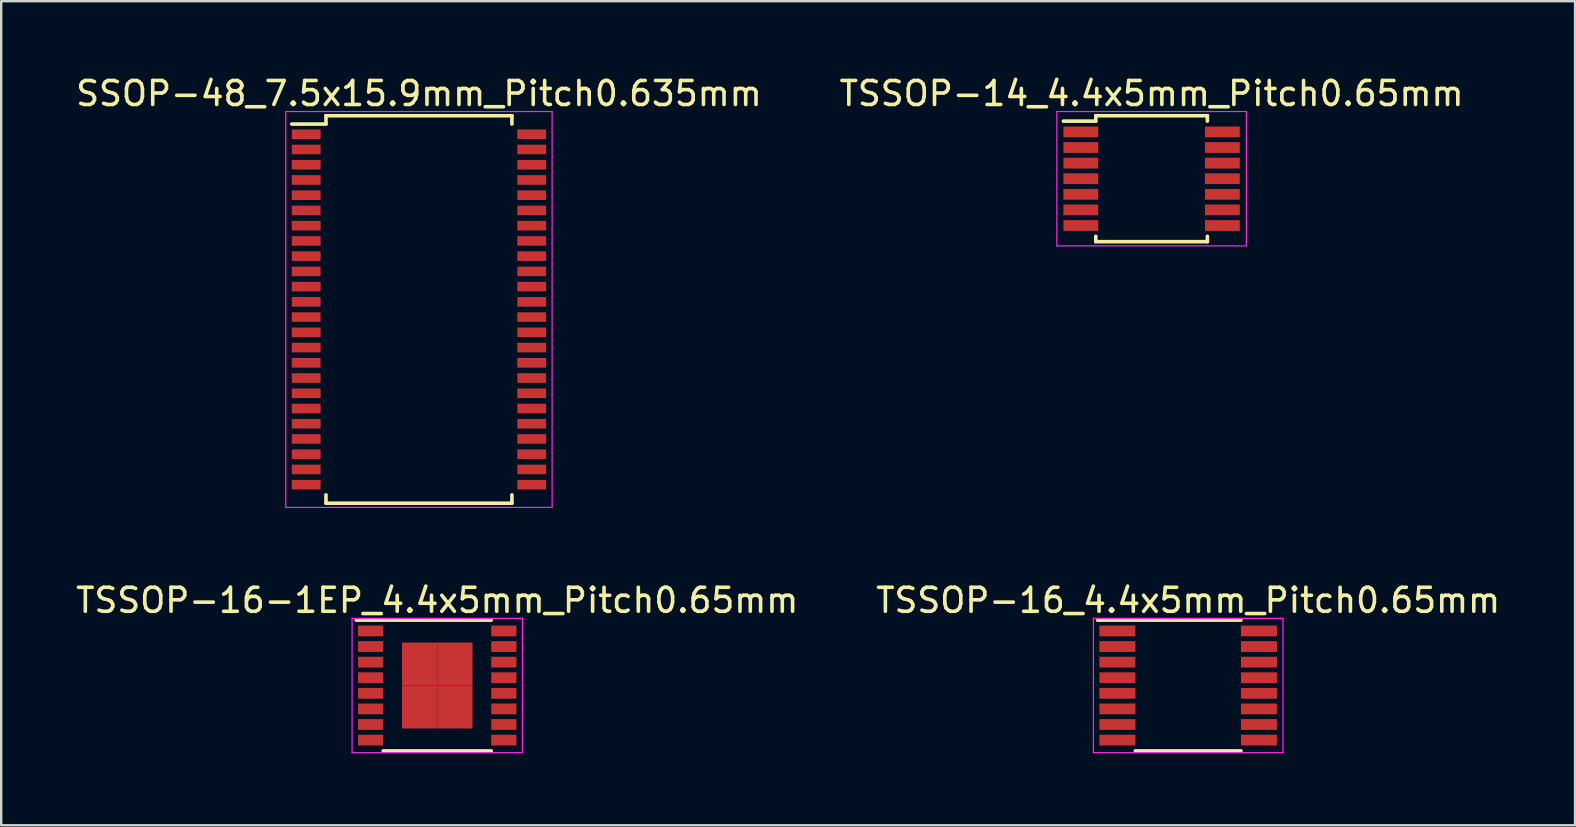
<source format=kicad_pcb>
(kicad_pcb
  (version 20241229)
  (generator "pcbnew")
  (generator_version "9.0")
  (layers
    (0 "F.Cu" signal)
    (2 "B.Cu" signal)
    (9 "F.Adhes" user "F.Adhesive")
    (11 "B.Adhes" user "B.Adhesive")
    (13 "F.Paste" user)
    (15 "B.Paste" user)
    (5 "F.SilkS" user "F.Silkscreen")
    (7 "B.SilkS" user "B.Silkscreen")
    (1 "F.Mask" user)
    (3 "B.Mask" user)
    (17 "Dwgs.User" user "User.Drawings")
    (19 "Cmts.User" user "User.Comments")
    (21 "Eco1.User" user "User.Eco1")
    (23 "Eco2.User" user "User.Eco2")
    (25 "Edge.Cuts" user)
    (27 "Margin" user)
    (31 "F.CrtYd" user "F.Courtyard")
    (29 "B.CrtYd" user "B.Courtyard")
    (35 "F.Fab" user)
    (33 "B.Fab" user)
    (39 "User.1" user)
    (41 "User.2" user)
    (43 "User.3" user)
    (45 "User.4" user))
  (footprint "SSOP-48_7.5x15.9mm_Pitch0.635mm"
    (layer "F.Cu")
    (at 14.411 9.848)
    (property "Reference" "SSOP-48_7.5x15.9mm_Pitch0.635mm" (at 0 -9 0) (layer "F.SilkS") (effects (font (size 1 1) (thickness 0.15))))
    (attr smd)
    (fp_line (start -3.875 -8.075) (end -3.875 -7.728) (stroke (width 0.15) (type solid)) (layer "F.SilkS"))
    (fp_line (start -3.875 -8.075) (end 3.875 -8.075) (stroke (width 0.15) (type solid)) (layer "F.SilkS"))
    (fp_line (start -3.875 -7.728) (end -5.3 -7.728) (stroke (width 0.15) (type solid)) (layer "F.SilkS"))
    (fp_line (start -3.875 8.075) (end -3.875 7.728) (stroke (width 0.15) (type solid)) (layer "F.SilkS"))
    (fp_line (start -3.875 8.075) (end 3.875 8.075) (stroke (width 0.15) (type solid)) (layer "F.SilkS"))
    (fp_line (start 3.875 -8.075) (end 3.875 -7.728) (stroke (width 0.15) (type solid)) (layer "F.SilkS"))
    (fp_line (start 3.875 8.075) (end 3.875 7.728) (stroke (width 0.15) (type solid)) (layer "F.SilkS"))
    (fp_line (start -5.55 -8.25) (end -5.55 8.25) (stroke (width 0.05) (type solid)) (layer "F.CrtYd"))
    (fp_line (start -5.55 -8.25) (end 5.55 -8.25) (stroke (width 0.05) (type solid)) (layer "F.CrtYd"))
    (fp_line (start -5.55 8.25) (end 5.55 8.25) (stroke (width 0.05) (type solid)) (layer "F.CrtYd"))
    (fp_line (start 5.55 -8.25) (end 5.55 8.25) (stroke (width 0.05) (type solid)) (layer "F.CrtYd"))
    (pad "1" smd rect (at -4.7 -7.303) (size 1.2 0.4) (layers "F.Cu" "F.Mask" "F.Paste"))
    (pad "2" smd rect (at -4.7 -6.668) (size 1.2 0.4) (layers "F.Cu" "F.Mask" "F.Paste"))
    (pad "3" smd rect (at -4.7 -6.032) (size 1.2 0.4) (layers "F.Cu" "F.Mask" "F.Paste"))
    (pad "4" smd rect (at -4.7 -5.397) (size 1.2 0.4) (layers "F.Cu" "F.Mask" "F.Paste"))
    (pad "5" smd rect (at -4.7 -4.763) (size 1.2 0.4) (layers "F.Cu" "F.Mask" "F.Paste"))
    (pad "6" smd rect (at -4.7 -4.128) (size 1.2 0.4) (layers "F.Cu" "F.Mask" "F.Paste"))
    (pad "7" smd rect (at -4.7 -3.493) (size 1.2 0.4) (layers "F.Cu" "F.Mask" "F.Paste"))
    (pad "8" smd rect (at -4.7 -2.857) (size 1.2 0.4) (layers "F.Cu" "F.Mask" "F.Paste"))
    (pad "9" smd rect (at -4.7 -2.223) (size 1.2 0.4) (layers "F.Cu" "F.Mask" "F.Paste"))
    (pad "10" smd rect (at -4.7 -1.587) (size 1.2 0.4) (layers "F.Cu" "F.Mask" "F.Paste"))
    (pad "11" smd rect (at -4.7 -0.953) (size 1.2 0.4) (layers "F.Cu" "F.Mask" "F.Paste"))
    (pad "12" smd rect (at -4.7 -0.318) (size 1.2 0.4) (layers "F.Cu" "F.Mask" "F.Paste"))
    (pad "13" smd rect (at -4.7 0.318) (size 1.2 0.4) (layers "F.Cu" "F.Mask" "F.Paste"))
    (pad "14" smd rect (at -4.7 0.953) (size 1.2 0.4) (layers "F.Cu" "F.Mask" "F.Paste"))
    (pad "15" smd rect (at -4.7 1.587) (size 1.2 0.4) (layers "F.Cu" "F.Mask" "F.Paste"))
    (pad "16" smd rect (at -4.7 2.223) (size 1.2 0.4) (layers "F.Cu" "F.Mask" "F.Paste"))
    (pad "17" smd rect (at -4.7 2.857) (size 1.2 0.4) (layers "F.Cu" "F.Mask" "F.Paste"))
    (pad "18" smd rect (at -4.7 3.493) (size 1.2 0.4) (layers "F.Cu" "F.Mask" "F.Paste"))
    (pad "19" smd rect (at -4.7 4.128) (size 1.2 0.4) (layers "F.Cu" "F.Mask" "F.Paste"))
    (pad "20" smd rect (at -4.7 4.763) (size 1.2 0.4) (layers "F.Cu" "F.Mask" "F.Paste"))
    (pad "21" smd rect (at -4.7 5.397) (size 1.2 0.4) (layers "F.Cu" "F.Mask" "F.Paste"))
    (pad "22" smd rect (at -4.7 6.032) (size 1.2 0.4) (layers "F.Cu" "F.Mask" "F.Paste"))
    (pad "23" smd rect (at -4.7 6.668) (size 1.2 0.4) (layers "F.Cu" "F.Mask" "F.Paste"))
    (pad "24" smd rect (at -4.7 7.303) (size 1.2 0.4) (layers "F.Cu" "F.Mask" "F.Paste"))
    (pad "25" smd rect (at 4.7 7.303) (size 1.2 0.4) (layers "F.Cu" "F.Mask" "F.Paste"))
    (pad "26" smd rect (at 4.7 6.668) (size 1.2 0.4) (layers "F.Cu" "F.Mask" "F.Paste"))
    (pad "27" smd rect (at 4.7 6.032) (size 1.2 0.4) (layers "F.Cu" "F.Mask" "F.Paste"))
    (pad "28" smd rect (at 4.7 5.397) (size 1.2 0.4) (layers "F.Cu" "F.Mask" "F.Paste"))
    (pad "29" smd rect (at 4.7 4.763) (size 1.2 0.4) (layers "F.Cu" "F.Mask" "F.Paste"))
    (pad "30" smd rect (at 4.7 4.128) (size 1.2 0.4) (layers "F.Cu" "F.Mask" "F.Paste"))
    (pad "31" smd rect (at 4.7 3.493) (size 1.2 0.4) (layers "F.Cu" "F.Mask" "F.Paste"))
    (pad "32" smd rect (at 4.7 2.857) (size 1.2 0.4) (layers "F.Cu" "F.Mask" "F.Paste"))
    (pad "33" smd rect (at 4.7 2.223) (size 1.2 0.4) (layers "F.Cu" "F.Mask" "F.Paste"))
    (pad "34" smd rect (at 4.7 1.587) (size 1.2 0.4) (layers "F.Cu" "F.Mask" "F.Paste"))
    (pad "35" smd rect (at 4.7 0.953) (size 1.2 0.4) (layers "F.Cu" "F.Mask" "F.Paste"))
    (pad "36" smd rect (at 4.7 0.318) (size 1.2 0.4) (layers "F.Cu" "F.Mask" "F.Paste"))
    (pad "37" smd rect (at 4.7 -0.318) (size 1.2 0.4) (layers "F.Cu" "F.Mask" "F.Paste"))
    (pad "38" smd rect (at 4.7 -0.953) (size 1.2 0.4) (layers "F.Cu" "F.Mask" "F.Paste"))
    (pad "39" smd rect (at 4.7 -1.587) (size 1.2 0.4) (layers "F.Cu" "F.Mask" "F.Paste"))
    (pad "40" smd rect (at 4.7 -2.223) (size 1.2 0.4) (layers "F.Cu" "F.Mask" "F.Paste"))
    (pad "41" smd rect (at 4.7 -2.857) (size 1.2 0.4) (layers "F.Cu" "F.Mask" "F.Paste"))
    (pad "42" smd rect (at 4.7 -3.493) (size 1.2 0.4) (layers "F.Cu" "F.Mask" "F.Paste"))
    (pad "43" smd rect (at 4.7 -4.128) (size 1.2 0.4) (layers "F.Cu" "F.Mask" "F.Paste"))
    (pad "44" smd rect (at 4.7 -4.763) (size 1.2 0.4) (layers "F.Cu" "F.Mask" "F.Paste"))
    (pad "45" smd rect (at 4.7 -5.397) (size 1.2 0.4) (layers "F.Cu" "F.Mask" "F.Paste"))
    (pad "46" smd rect (at 4.7 -6.032) (size 1.2 0.4) (layers "F.Cu" "F.Mask" "F.Paste"))
    (pad "47" smd rect (at 4.7 -6.668) (size 1.2 0.4) (layers "F.Cu" "F.Mask" "F.Paste"))
    (pad "48" smd rect (at 4.7 -7.303) (size 1.2 0.4) (layers "F.Cu" "F.Mask" "F.Paste")))
  (footprint "TSSOP-16-1EP_4.4x5mm_Pitch0.65mm"
    (layer "F.Cu")
    (at 15.173 25.521)
    (property "Reference" "TSSOP-16-1EP_4.4x5mm_Pitch0.65mm" (at 0 -3.55 0) (layer "F.SilkS") (effects (font (size 1 1) (thickness 0.15))))
    (attr smd)
    (fp_line (start -3.375 -2.725) (end 2.25 -2.725) (stroke (width 0.15) (type solid)) (layer "F.SilkS"))
    (fp_line (start -2.25 2.725) (end 2.25 2.725) (stroke (width 0.15) (type solid)) (layer "F.SilkS"))
    (fp_line (start -3.55 -2.8) (end -3.55 2.8) (stroke (width 0.05) (type solid)) (layer "F.CrtYd"))
    (fp_line (start -3.55 -2.8) (end 3.55 -2.8) (stroke (width 0.05) (type solid)) (layer "F.CrtYd"))
    (fp_line (start -3.55 2.8) (end 3.55 2.8) (stroke (width 0.05) (type solid)) (layer "F.CrtYd"))
    (fp_line (start 3.55 -2.8) (end 3.55 2.8) (stroke (width 0.05) (type solid)) (layer "F.CrtYd"))
    (pad "1" smd rect (at -2.775 -2.275) (size 1.05 0.45) (layers "F.Cu" "F.Mask" "F.Paste"))
    (pad "2" smd rect (at -2.775 -1.625) (size 1.05 0.45) (layers "F.Cu" "F.Mask" "F.Paste"))
    (pad "3" smd rect (at -2.775 -0.975) (size 1.05 0.45) (layers "F.Cu" "F.Mask" "F.Paste"))
    (pad "4" smd rect (at -2.775 -0.325) (size 1.05 0.45) (layers "F.Cu" "F.Mask" "F.Paste"))
    (pad "5" smd rect (at -2.775 0.325) (size 1.05 0.45) (layers "F.Cu" "F.Mask" "F.Paste"))
    (pad "6" smd rect (at -2.775 0.975) (size 1.05 0.45) (layers "F.Cu" "F.Mask" "F.Paste"))
    (pad "7" smd rect (at -2.775 1.625) (size 1.05 0.45) (layers "F.Cu" "F.Mask" "F.Paste"))
    (pad "8" smd rect (at -2.775 2.275) (size 1.05 0.45) (layers "F.Cu" "F.Mask" "F.Paste"))
    (pad "9" smd rect (at 2.775 2.275) (size 1.05 0.45) (layers "F.Cu" "F.Mask" "F.Paste"))
    (pad "10" smd rect (at 2.775 1.625) (size 1.05 0.45) (layers "F.Cu" "F.Mask" "F.Paste"))
    (pad "11" smd rect (at 2.775 0.975) (size 1.05 0.45) (layers "F.Cu" "F.Mask" "F.Paste"))
    (pad "12" smd rect (at 2.775 0.325) (size 1.05 0.45) (layers "F.Cu" "F.Mask" "F.Paste"))
    (pad "13" smd rect (at 2.775 -0.325) (size 1.05 0.45) (layers "F.Cu" "F.Mask" "F.Paste"))
    (pad "14" smd rect (at 2.775 -0.975) (size 1.05 0.45) (layers "F.Cu" "F.Mask" "F.Paste"))
    (pad "15" smd rect (at 2.775 -1.625) (size 1.05 0.45) (layers "F.Cu" "F.Mask" "F.Paste"))
    (pad "16" smd rect (at 2.775 -2.275) (size 1.05 0.45) (layers "F.Cu" "F.Mask" "F.Paste"))
    (pad "17" smd rect (at -0.735 -1.343) (size 1.47 0.895) (layers "F.Cu" "F.Mask" "F.Paste"))
    (pad "17" smd rect (at -0.735 -0.448) (size 1.47 0.895) (layers "F.Cu" "F.Mask" "F.Paste"))
    (pad "17" smd rect (at -0.735 0.448) (size 1.47 0.895) (layers "F.Cu" "F.Mask" "F.Paste"))
    (pad "17" smd rect (at -0.735 1.343) (size 1.47 0.895) (layers "F.Cu" "F.Mask" "F.Paste"))
    (pad "17" smd rect (at 0.735 -1.343) (size 1.47 0.895) (layers "F.Cu" "F.Mask" "F.Paste"))
    (pad "17" smd rect (at 0.735 -0.448) (size 1.47 0.895) (layers "F.Cu" "F.Mask" "F.Paste"))
    (pad "17" smd rect (at 0.735 0.448) (size 1.47 0.895) (layers "F.Cu" "F.Mask" "F.Paste"))
    (pad "17" smd rect (at 0.735 1.343) (size 1.47 0.895) (layers "F.Cu" "F.Mask" "F.Paste")))
  (footprint "TSSOP-14_4.4x5mm_Pitch0.65mm"
    (layer "F.Cu")
    (at 44.946 4.398)
    (property "Reference" "TSSOP-14_4.4x5mm_Pitch0.65mm" (at 0 -3.55 0) (layer "F.SilkS") (effects (font (size 1 1) (thickness 0.15))))
    (attr smd)
    (fp_line (start -2.325 -2.625) (end -2.325 -2.4) (stroke (width 0.15) (type solid)) (layer "F.SilkS"))
    (fp_line (start -2.325 -2.625) (end 2.325 -2.625) (stroke (width 0.15) (type solid)) (layer "F.SilkS"))
    (fp_line (start -2.325 -2.4) (end -3.675 -2.4) (stroke (width 0.15) (type solid)) (layer "F.SilkS"))
    (fp_line (start -2.325 2.625) (end -2.325 2.4) (stroke (width 0.15) (type solid)) (layer "F.SilkS"))
    (fp_line (start -2.325 2.625) (end 2.325 2.625) (stroke (width 0.15) (type solid)) (layer "F.SilkS"))
    (fp_line (start 2.325 -2.625) (end 2.325 -2.4) (stroke (width 0.15) (type solid)) (layer "F.SilkS"))
    (fp_line (start 2.325 2.625) (end 2.325 2.4) (stroke (width 0.15) (type solid)) (layer "F.SilkS"))
    (fp_line (start -3.95 -2.8) (end -3.95 2.8) (stroke (width 0.05) (type solid)) (layer "F.CrtYd"))
    (fp_line (start -3.95 -2.8) (end 3.95 -2.8) (stroke (width 0.05) (type solid)) (layer "F.CrtYd"))
    (fp_line (start -3.95 2.8) (end 3.95 2.8) (stroke (width 0.05) (type solid)) (layer "F.CrtYd"))
    (fp_line (start 3.95 -2.8) (end 3.95 2.8) (stroke (width 0.05) (type solid)) (layer "F.CrtYd"))
    (pad "1" smd rect (at -2.95 -1.95) (size 1.45 0.45) (layers "F.Cu" "F.Mask" "F.Paste"))
    (pad "2" smd rect (at -2.95 -1.3) (size 1.45 0.45) (layers "F.Cu" "F.Mask" "F.Paste"))
    (pad "3" smd rect (at -2.95 -0.65) (size 1.45 0.45) (layers "F.Cu" "F.Mask" "F.Paste"))
    (pad "4" smd rect (at -2.95 0) (size 1.45 0.45) (layers "F.Cu" "F.Mask" "F.Paste"))
    (pad "5" smd rect (at -2.95 0.65) (size 1.45 0.45) (layers "F.Cu" "F.Mask" "F.Paste"))
    (pad "6" smd rect (at -2.95 1.3) (size 1.45 0.45) (layers "F.Cu" "F.Mask" "F.Paste"))
    (pad "7" smd rect (at -2.95 1.95) (size 1.45 0.45) (layers "F.Cu" "F.Mask" "F.Paste"))
    (pad "8" smd rect (at 2.95 1.95) (size 1.45 0.45) (layers "F.Cu" "F.Mask" "F.Paste"))
    (pad "9" smd rect (at 2.95 1.3) (size 1.45 0.45) (layers "F.Cu" "F.Mask" "F.Paste"))
    (pad "10" smd rect (at 2.95 0.65) (size 1.45 0.45) (layers "F.Cu" "F.Mask" "F.Paste"))
    (pad "11" smd rect (at 2.95 0) (size 1.45 0.45) (layers "F.Cu" "F.Mask" "F.Paste"))
    (pad "12" smd rect (at 2.95 -0.65) (size 1.45 0.45) (layers "F.Cu" "F.Mask" "F.Paste"))
    (pad "13" smd rect (at 2.95 -1.3) (size 1.45 0.45) (layers "F.Cu" "F.Mask" "F.Paste"))
    (pad "14" smd rect (at 2.95 -1.95) (size 1.45 0.45) (layers "F.Cu" "F.Mask" "F.Paste")))
  (footprint "TSSOP-16_4.4x5mm_Pitch0.65mm"
    (layer "F.Cu")
    (at 46.47 25.521)
    (property "Reference" "TSSOP-16_4.4x5mm_Pitch0.65mm" (at 0 -3.55 0) (layer "F.SilkS") (effects (font (size 1 1) (thickness 0.15))))
    (attr smd)
    (fp_line (start -3.775 -2.725) (end 2.2 -2.725) (stroke (width 0.15) (type solid)) (layer "F.SilkS"))
    (fp_line (start -2.2 2.725) (end 2.2 2.725) (stroke (width 0.15) (type solid)) (layer "F.SilkS"))
    (fp_line (start -3.95 -2.8) (end -3.95 2.8) (stroke (width 0.05) (type solid)) (layer "F.CrtYd"))
    (fp_line (start -3.95 -2.8) (end 3.95 -2.8) (stroke (width 0.05) (type solid)) (layer "F.CrtYd"))
    (fp_line (start -3.95 2.8) (end 3.95 2.8) (stroke (width 0.05) (type solid)) (layer "F.CrtYd"))
    (fp_line (start 3.95 -2.8) (end 3.95 2.8) (stroke (width 0.05) (type solid)) (layer "F.CrtYd"))
    (pad "1" smd rect (at -2.95 -2.275) (size 1.5 0.45) (layers "F.Cu" "F.Mask" "F.Paste"))
    (pad "2" smd rect (at -2.95 -1.625) (size 1.5 0.45) (layers "F.Cu" "F.Mask" "F.Paste"))
    (pad "3" smd rect (at -2.95 -0.975) (size 1.5 0.45) (layers "F.Cu" "F.Mask" "F.Paste"))
    (pad "4" smd rect (at -2.95 -0.325) (size 1.5 0.45) (layers "F.Cu" "F.Mask" "F.Paste"))
    (pad "5" smd rect (at -2.95 0.325) (size 1.5 0.45) (layers "F.Cu" "F.Mask" "F.Paste"))
    (pad "6" smd rect (at -2.95 0.975) (size 1.5 0.45) (layers "F.Cu" "F.Mask" "F.Paste"))
    (pad "7" smd rect (at -2.95 1.625) (size 1.5 0.45) (layers "F.Cu" "F.Mask" "F.Paste"))
    (pad "8" smd rect (at -2.95 2.275) (size 1.5 0.45) (layers "F.Cu" "F.Mask" "F.Paste"))
    (pad "9" smd rect (at 2.95 2.275) (size 1.5 0.45) (layers "F.Cu" "F.Mask" "F.Paste"))
    (pad "10" smd rect (at 2.95 1.625) (size 1.5 0.45) (layers "F.Cu" "F.Mask" "F.Paste"))
    (pad "11" smd rect (at 2.95 0.975) (size 1.5 0.45) (layers "F.Cu" "F.Mask" "F.Paste"))
    (pad "12" smd rect (at 2.95 0.325) (size 1.5 0.45) (layers "F.Cu" "F.Mask" "F.Paste"))
    (pad "13" smd rect (at 2.95 -0.325) (size 1.5 0.45) (layers "F.Cu" "F.Mask" "F.Paste"))
    (pad "14" smd rect (at 2.95 -0.975) (size 1.5 0.45) (layers "F.Cu" "F.Mask" "F.Paste"))
    (pad "15" smd rect (at 2.95 -1.625) (size 1.5 0.45) (layers "F.Cu" "F.Mask" "F.Paste"))
    (pad "16" smd rect (at 2.95 -2.275) (size 1.5 0.45) (layers "F.Cu" "F.Mask" "F.Paste")))
  (gr_rect
    (start -3 -3)
    (end 62.595 31.346)
    (stroke (width 0.1) (type default))
    (fill no)
    (layer "Edge.Cuts")))
</source>
